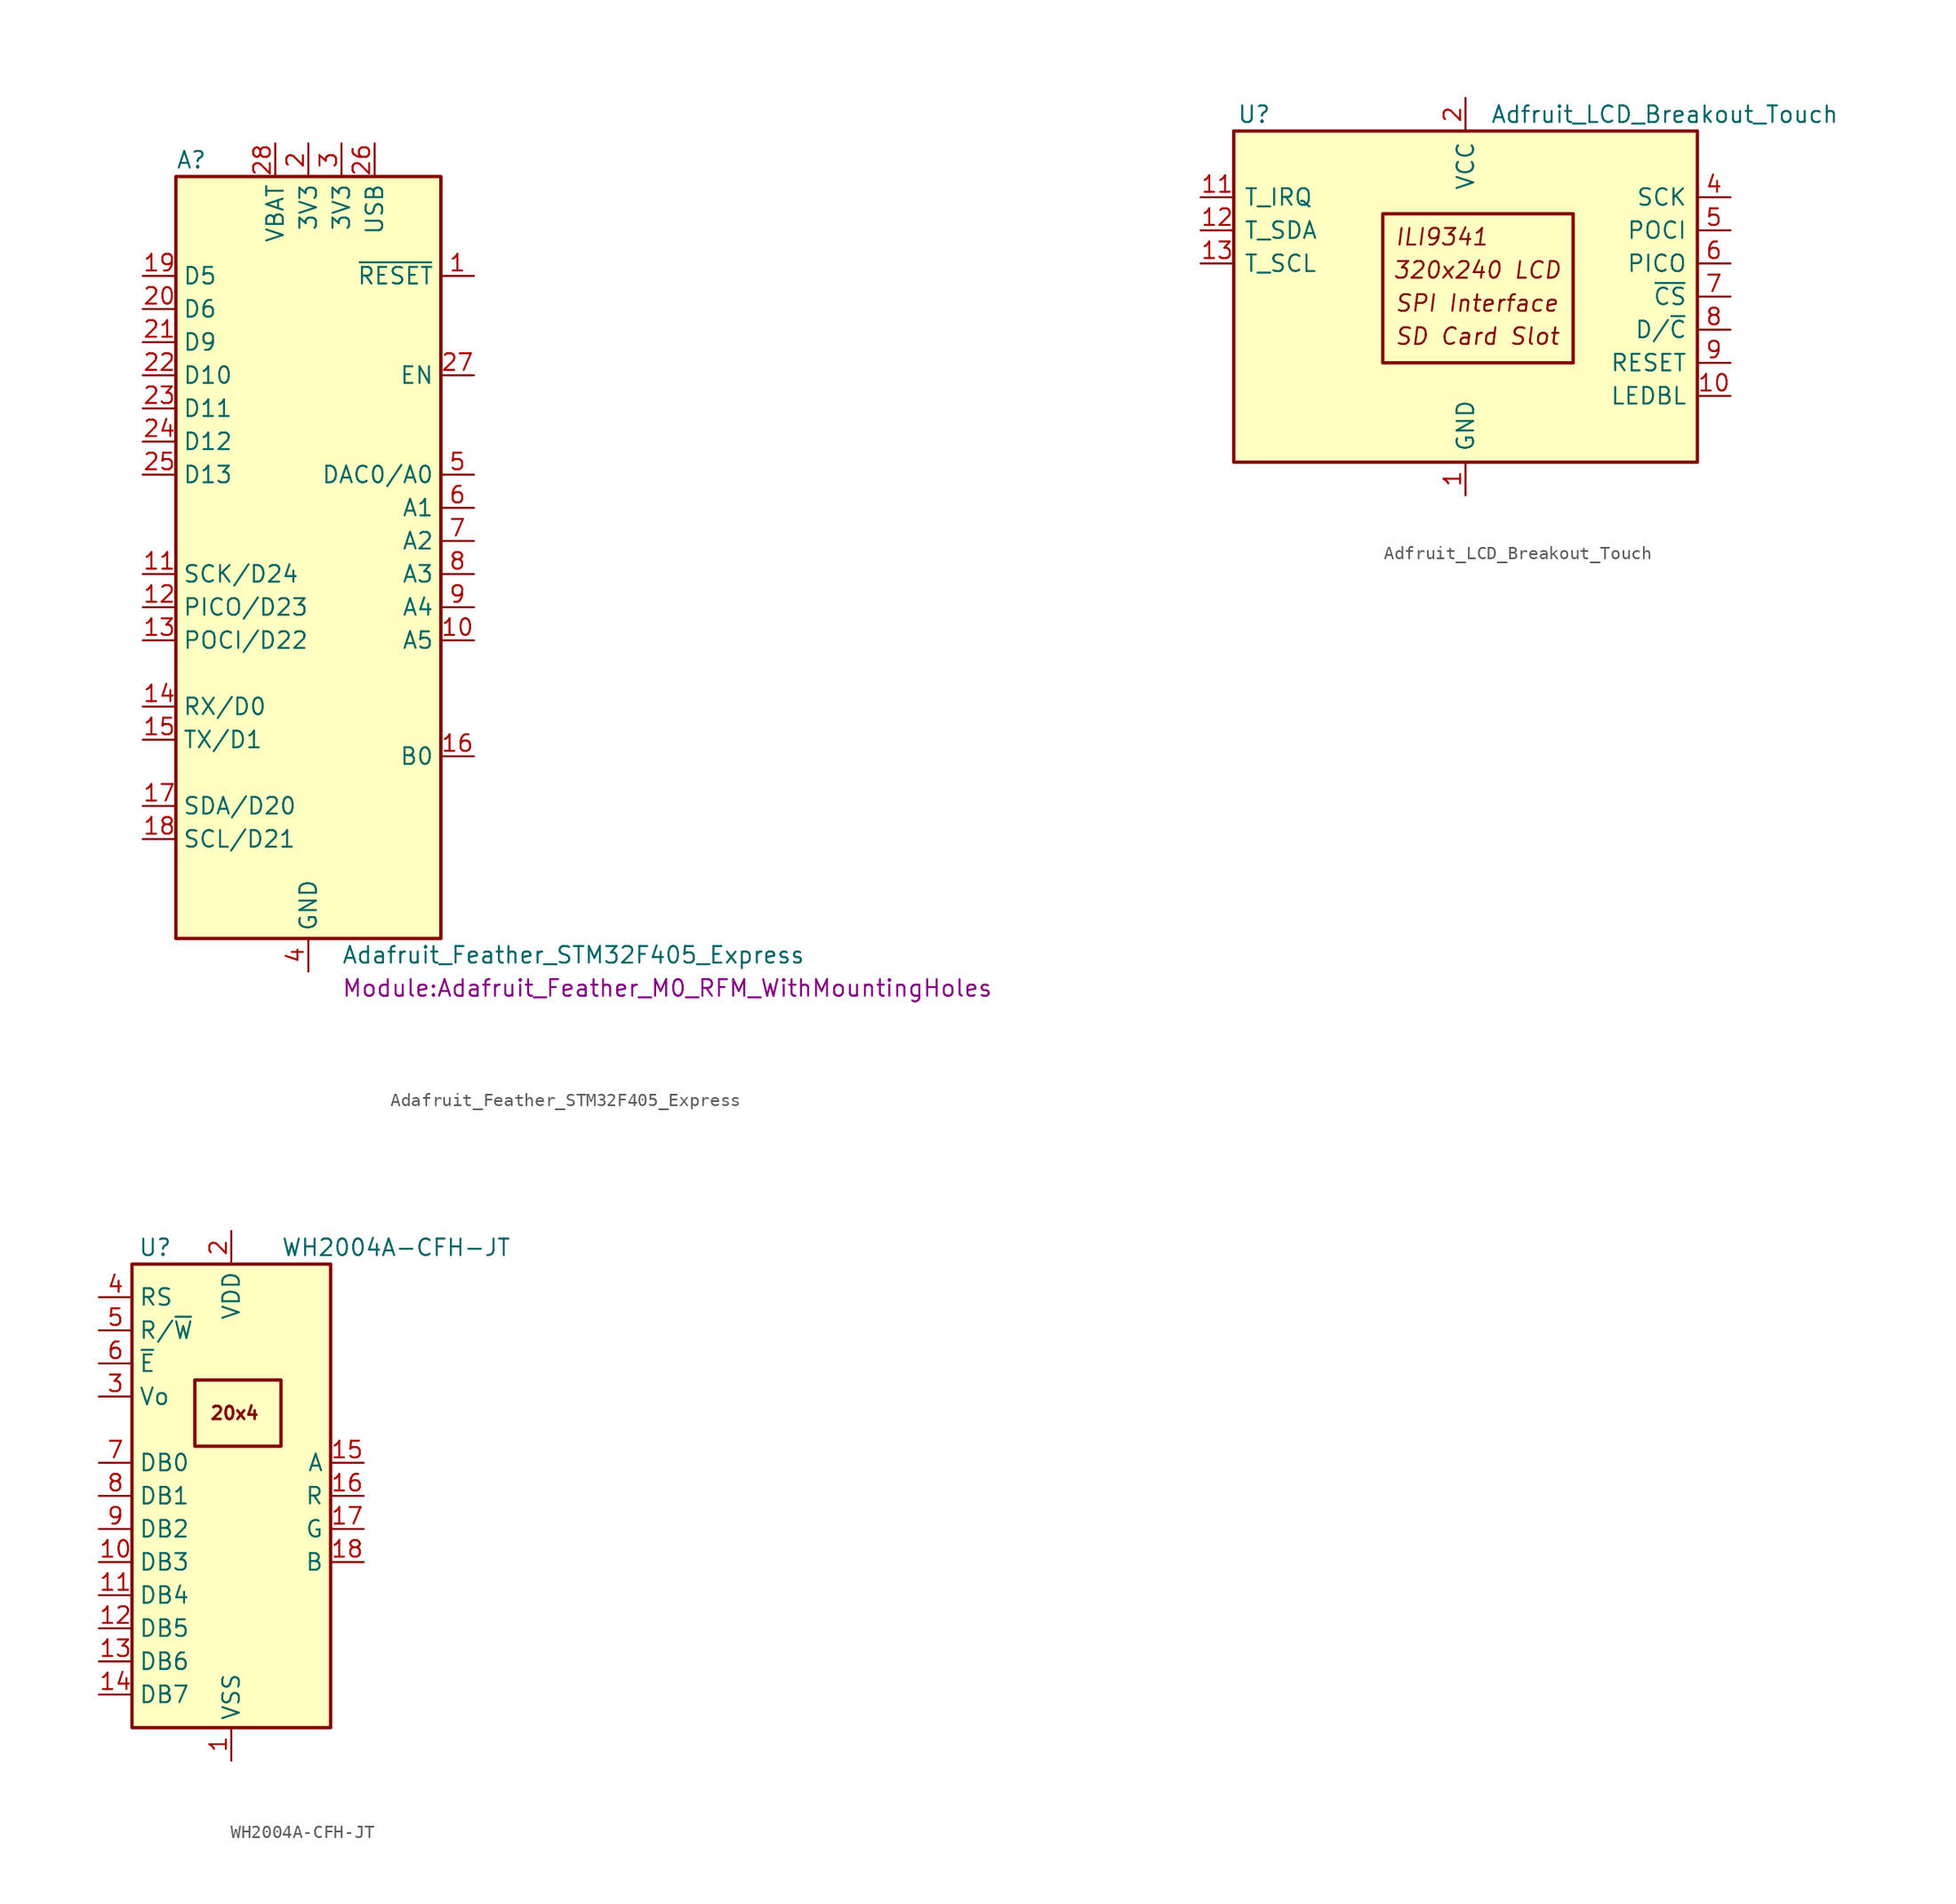
<source format=kicad_sym>
(kicad_symbol_lib
  (version 20211014)
  (generator kicad_symbol_editor)
  (symbol "Adafruit_Feather_STM32F405_Express"
    (property "Reference" "A"
      (at -10.16 29.21 0)
      (effects (font (size 1.27 1.27)) (justify left)))
    (property "Value" "Adafruit_Feather_STM32F405_Express"
      (at 2.54 -31.75 0)
      (effects (font (size 1.27 1.27)) (justify left)))
    (property "Footprint" "Module:Adafruit_Feather_M0_RFM_WithMountingHoles"
      (at 2.54 -34.29 0)
      (effects (font (size 1.27 1.27)) (justify left)))
    (symbol "Adafruit_Feather_STM32F405_Express_0_1"
      (rectangle (start -10.16 27.94) (end 10.16 -30.48) (stroke (width 0.254) (type default) (color 0 0 0 0)) (fill (type background))))
    (symbol "Adafruit_Feather_STM32F405_Express_1_1"
      (pin input line (at 12.7 20.32 180) (length 2.54) (name "~{RESET}" (effects (font (size 1.27 1.27)))) (number "1" (effects (font (size 1.27 1.27)))))
      (pin bidirectional line (at 12.7 -7.62 180) (length 2.54) (name "A5" (effects (font (size 1.27 1.27)))) (number "10" (effects (font (size 1.27 1.27)))))
      (pin bidirectional line (at -12.7 -2.54 0) (length 2.54) (name "SCK/D24" (effects (font (size 1.27 1.27)))) (number "11" (effects (font (size 1.27 1.27)))))
      (pin bidirectional line (at -12.7 -5.08 0) (length 2.54) (name "PICO/D23" (effects (font (size 1.27 1.27)))) (number "12" (effects (font (size 1.27 1.27)))))
      (pin bidirectional line (at -12.7 -7.62 0) (length 2.54) (name "POCI/D22" (effects (font (size 1.27 1.27)))) (number "13" (effects (font (size 1.27 1.27)))))
      (pin bidirectional line (at -12.7 -12.7 0) (length 2.54) (name "RX/D0" (effects (font (size 1.27 1.27)))) (number "14" (effects (font (size 1.27 1.27)))))
      (pin bidirectional line (at -12.7 -15.24 0) (length 2.54) (name "TX/D1" (effects (font (size 1.27 1.27)))) (number "15" (effects (font (size 1.27 1.27)))))
      (pin input line (at 12.7 -16.51 180) (length 2.54) (name "B0" (effects (font (size 1.27 1.27)))) (number "16" (effects (font (size 1.27 1.27)))))
      (pin bidirectional line (at -12.7 -20.32 0) (length 2.54) (name "SDA/D20" (effects (font (size 1.27 1.27)))) (number "17" (effects (font (size 1.27 1.27)))))
      (pin bidirectional line (at -12.7 -22.86 0) (length 2.54) (name "SCL/D21" (effects (font (size 1.27 1.27)))) (number "18" (effects (font (size 1.27 1.27)))))
      (pin bidirectional line (at -12.7 20.32 0) (length 2.54) (name "D5" (effects (font (size 1.27 1.27)))) (number "19" (effects (font (size 1.27 1.27)))))
      (pin power_in line (at 0 30.48 270) (length 2.54) (name "3V3" (effects (font (size 1.27 1.27)))) (number "2" (effects (font (size 1.27 1.27)))))
      (pin bidirectional line (at -12.7 17.78 0) (length 2.54) (name "D6" (effects (font (size 1.27 1.27)))) (number "20" (effects (font (size 1.27 1.27)))))
      (pin bidirectional line (at -12.7 15.24 0) (length 2.54) (name "D9" (effects (font (size 1.27 1.27)))) (number "21" (effects (font (size 1.27 1.27)))))
      (pin bidirectional line (at -12.7 12.7 0) (length 2.54) (name "D10" (effects (font (size 1.27 1.27)))) (number "22" (effects (font (size 1.27 1.27)))))
      (pin bidirectional line (at -12.7 10.16 0) (length 2.54) (name "D11" (effects (font (size 1.27 1.27)))) (number "23" (effects (font (size 1.27 1.27)))))
      (pin bidirectional line (at -12.7 7.62 0) (length 2.54) (name "D12" (effects (font (size 1.27 1.27)))) (number "24" (effects (font (size 1.27 1.27)))))
      (pin bidirectional line (at -12.7 5.08 0) (length 2.54) (name "D13" (effects (font (size 1.27 1.27)))) (number "25" (effects (font (size 1.27 1.27)))))
      (pin power_in line (at 5.08 30.48 270) (length 2.54) (name "USB" (effects (font (size 1.27 1.27)))) (number "26" (effects (font (size 1.27 1.27)))))
      (pin input line (at 12.7 12.7 180) (length 2.54) (name "EN" (effects (font (size 1.27 1.27)))) (number "27" (effects (font (size 1.27 1.27)))))
      (pin power_in line (at -2.54 30.48 270) (length 2.54) (name "VBAT" (effects (font (size 1.27 1.27)))) (number "28" (effects (font (size 1.27 1.27)))))
      (pin power_in line (at 2.54 30.48 270) (length 2.54) (name "3V3" (effects (font (size 1.27 1.27)))) (number "3" (effects (font (size 1.27 1.27)))))
      (pin passive line (at 0 -33.02 90) (length 2.54) hide (name "GND" (effects (font (size 1.27 1.27)))) (number "4" (effects (font (size 1.27 1.27)))))
      (pin power_in line (at 0 -33.02 90) (length 2.54) (name "GND" (effects (font (size 1.27 1.27)))) (number "4" (effects (font (size 1.27 1.27)))))
      (pin bidirectional line (at 12.7 5.08 180) (length 2.54) (name "DAC0/A0" (effects (font (size 1.27 1.27)))) (number "5" (effects (font (size 1.27 1.27)))))
      (pin bidirectional line (at 12.7 2.54 180) (length 2.54) (name "A1" (effects (font (size 1.27 1.27)))) (number "6" (effects (font (size 1.27 1.27)))))
      (pin bidirectional line (at 12.7 0 180) (length 2.54) (name "A2" (effects (font (size 1.27 1.27)))) (number "7" (effects (font (size 1.27 1.27)))))
      (pin bidirectional line (at 12.7 -2.54 180) (length 2.54) (name "A3" (effects (font (size 1.27 1.27)))) (number "8" (effects (font (size 1.27 1.27)))))
      (pin bidirectional line (at 12.7 -5.08 180) (length 2.54) (name "A4" (effects (font (size 1.27 1.27)))) (number "9" (effects (font (size 1.27 1.27)))))))
  (symbol "Adfruit_LCD_Breakout_Touch"
    (pin_names
      (offset 0.762))
    (property "Reference" "U"
      (at -17.526 13.97 0)
      (effects (font (size 1.27 1.27)) (justify left)))
    (property "Value" "Adfruit_LCD_Breakout_Touch"
      (at 1.905 13.97 0)
      (effects (font (size 1.27 1.27)) (justify left)))
    (symbol "Adfruit_LCD_Breakout_Touch_0_0"
      (text "320x240 LCD" (at 0.889 2.032 0) (effects (font (size 1.27 1.27) italic)))
      (text "ILI9341" (at -5.461 4.572 0) (effects (font (size 1.27 1.27) italic) (justify left)))
      (text "SD Card Slot" (at -5.461 -3.048 0) (effects (font (size 1.27 1.27) italic) (justify left)))
      (text "SPI Interface" (at -5.461 -0.508 0) (effects (font (size 1.27 1.27) italic) (justify left))))
    (symbol "Adfruit_LCD_Breakout_Touch_0_1"
      (rectangle (start -17.78 12.7) (end 17.78 -12.7) (stroke (width 0.254) (type default) (color 0 0 0 0)) (fill (type background)))
      (rectangle (start -6.35 6.35) (end 8.255 -5.08) (stroke (width 0.254) (type default) (color 0 0 0 0)) (fill (type none))))
    (symbol "Adfruit_LCD_Breakout_Touch_1_1"
      (pin power_in line (at 0 -15.24 90) (length 2.54) (name "GND" (effects (font (size 1.27 1.27)))) (number "1" (effects (font (size 1.27 1.27)))))
      (pin input line (at 20.32 -7.62 180) (length 2.54) (name "LEDBL" (effects (font (size 1.27 1.27)))) (number "10" (effects (font (size 1.27 1.27)))))
      (pin output line (at -20.32 7.62 0) (length 2.54) (name "T_IRQ" (effects (font (size 1.27 1.27)))) (number "11" (effects (font (size 1.27 1.27)))))
      (pin bidirectional line (at -20.32 5.08 0) (length 2.54) (name "T_SDA" (effects (font (size 1.27 1.27)))) (number "12" (effects (font (size 1.27 1.27)))))
      (pin input line (at -20.32 2.54 0) (length 2.54) (name "T_SCL" (effects (font (size 1.27 1.27)))) (number "13" (effects (font (size 1.27 1.27)))))
      (pin power_in line (at 0 15.24 270) (length 2.54) (name "VCC" (effects (font (size 1.27 1.27)))) (number "2" (effects (font (size 1.27 1.27)))))
      (pin input line (at 20.32 7.62 180) (length 2.54) (name "SCK" (effects (font (size 1.27 1.27)))) (number "4" (effects (font (size 1.27 1.27)))))
      (pin output line (at 20.32 5.08 180) (length 2.54) (name "POCI" (effects (font (size 1.27 1.27)))) (number "5" (effects (font (size 1.27 1.27)))))
      (pin input line (at 20.32 2.54 180) (length 2.54) (name "PICO" (effects (font (size 1.27 1.27)))) (number "6" (effects (font (size 1.27 1.27)))))
      (pin input line (at 20.32 0 180) (length 2.54) (name "~{CS}" (effects (font (size 1.27 1.27)))) (number "7" (effects (font (size 1.27 1.27)))))
      (pin input line (at 20.32 -2.54 180) (length 2.54) (name "D/~{C}" (effects (font (size 1.27 1.27)))) (number "8" (effects (font (size 1.27 1.27)))))
      (pin input line (at 20.32 -5.08 180) (length 2.54) (name "RESET" (effects (font (size 1.27 1.27)))) (number "9" (effects (font (size 1.27 1.27)))))))
  (symbol "WH2004A-CFH-JT"
    (property "Reference" "U"
      (at -5.842 19.05 0)
      (effects (font (size 1.27 1.27))))
    (property "Value" "WH2004A-CFH-JT"
      (at 3.81 19.05 0)
      (effects (font (size 1.27 1.27)) (justify left)))
    (symbol "WH2004A-CFH-JT_0_0"
      (rectangle (start -2.794 8.89) (end 3.81 3.81) (stroke (width 0.254) (type default) (color 0 0 0 0)) (fill (type background)))
      (text "20x4" (at 0.254 6.35 0) (effects (font (size 0.991 0.991) bold))))
    (symbol "WH2004A-CFH-JT_0_1"
      (rectangle (start -7.62 17.78) (end 7.62 -17.78) (stroke (width 0.254) (type default) (color 0 0 0 0)) (fill (type background))))
    (symbol "WH2004A-CFH-JT_1_1"
      (pin power_in line (at 0 -20.32 90) (length 2.54) (name "VSS" (effects (font (size 1.27 1.27)))) (number "1" (effects (font (size 1.27 1.27)))))
      (pin bidirectional line (at -10.16 -5.08 0) (length 2.54) (name "DB3" (effects (font (size 1.27 1.27)))) (number "10" (effects (font (size 1.27 1.27)))))
      (pin bidirectional line (at -10.16 -7.62 0) (length 2.54) (name "DB4" (effects (font (size 1.27 1.27)))) (number "11" (effects (font (size 1.27 1.27)))))
      (pin bidirectional line (at -10.16 -10.16 0) (length 2.54) (name "DB5" (effects (font (size 1.27 1.27)))) (number "12" (effects (font (size 1.27 1.27)))))
      (pin bidirectional line (at -10.16 -12.7 0) (length 2.54) (name "DB6" (effects (font (size 1.27 1.27)))) (number "13" (effects (font (size 1.27 1.27)))))
      (pin bidirectional line (at -10.16 -15.24 0) (length 2.54) (name "DB7" (effects (font (size 1.27 1.27)))) (number "14" (effects (font (size 1.27 1.27)))))
      (pin passive line (at 10.16 2.54 180) (length 2.54) (name "A" (effects (font (size 1.27 1.27)))) (number "15" (effects (font (size 1.27 1.27)))))
      (pin passive line (at 10.16 0 180) (length 2.54) (name "R" (effects (font (size 1.27 1.27)))) (number "16" (effects (font (size 1.27 1.27)))))
      (pin passive line (at 10.16 -2.54 180) (length 2.54) (name "G" (effects (font (size 1.27 1.27)))) (number "17" (effects (font (size 1.27 1.27)))))
      (pin passive line (at 10.16 -5.08 180) (length 2.54) (name "B" (effects (font (size 1.27 1.27)))) (number "18" (effects (font (size 1.27 1.27)))))
      (pin power_in line (at 0 20.32 270) (length 2.54) (name "VDD" (effects (font (size 1.27 1.27)))) (number "2" (effects (font (size 1.27 1.27)))))
      (pin input line (at -10.16 7.62 0) (length 2.54) (name "Vo" (effects (font (size 1.27 1.27)))) (number "3" (effects (font (size 1.27 1.27)))))
      (pin input line (at -10.16 15.24 0) (length 2.54) (name "RS" (effects (font (size 1.27 1.27)))) (number "4" (effects (font (size 1.27 1.27)))))
      (pin input line (at -10.16 12.7 0) (length 2.54) (name "R/~{W}" (effects (font (size 1.27 1.27)))) (number "5" (effects (font (size 1.27 1.27)))))
      (pin input line (at -10.16 10.16 0) (length 2.54) (name "~{E}" (effects (font (size 1.27 1.27)))) (number "6" (effects (font (size 1.27 1.27)))))
      (pin bidirectional line (at -10.16 2.54 0) (length 2.54) (name "DB0" (effects (font (size 1.27 1.27)))) (number "7" (effects (font (size 1.27 1.27)))))
      (pin bidirectional line (at -10.16 0 0) (length 2.54) (name "DB1" (effects (font (size 1.27 1.27)))) (number "8" (effects (font (size 1.27 1.27)))))
      (pin bidirectional line (at -10.16 -2.54 0) (length 2.54) (name "DB2" (effects (font (size 1.27 1.27)))) (number "9" (effects (font (size 1.27 1.27))))))))
</source>
